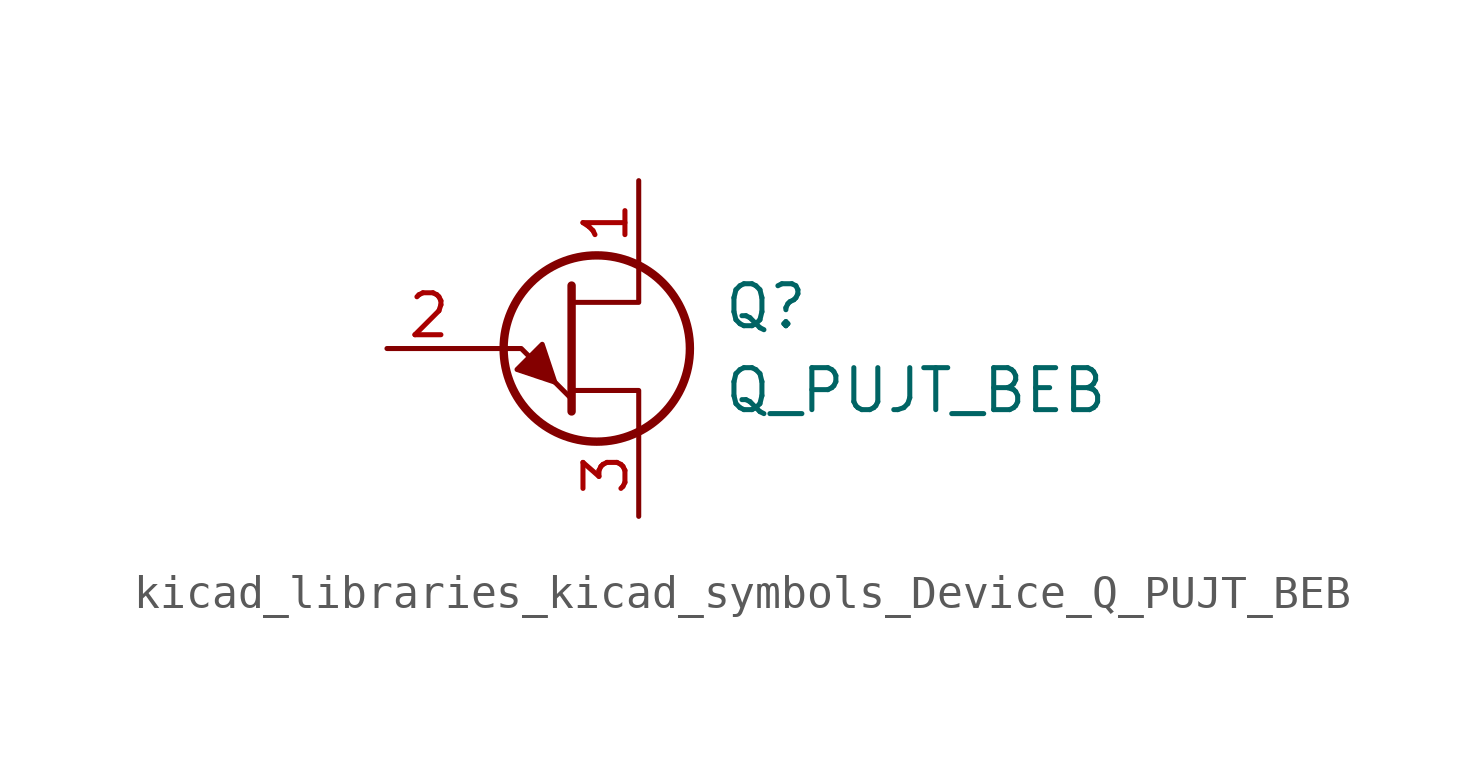
<source format=kicad_sym>
(kicad_symbol_lib
  (version 20220914)
  (generator kicad_symbol_editor)
  (symbol "kicad_libraries_kicad_symbols_Device_Q_PUJT_BEB"
    (pin_names
      (offset 0) hide)
    (property "Reference" "Q"
      (at 5.08 1.27 0)
      (effects (font (size 1.27 1.27)) (justify left)))
    (property "Value" "Q_PUJT_BEB"
      (at 5.08 -1.27 0)
      (effects (font (size 1.27 1.27)) (justify left)))
    (symbol "kicad_libraries_kicad_symbols_Device_Q_PUJT_BEB_0_1"
      (polyline (pts (xy -2.54 0) (xy -1.016 0) (xy 0.508 -1.524)) (stroke (width 0) (type default)) (fill (type none)))
      (polyline (pts (xy 0.508 1.905) (xy 0.508 -1.905) (xy 0.508 -1.905)) (stroke (width 0.254) (type default)) (fill (type none)))
      (polyline (pts (xy 2.54 -2.54) (xy 2.54 -1.27) (xy 0.508 -1.27)) (stroke (width 0) (type default)) (fill (type none)))
      (polyline (pts (xy 2.54 2.54) (xy 2.54 1.397) (xy 0.508 1.397)) (stroke (width 0) (type default)) (fill (type none)))
      (polyline (pts (xy 0 -1.016) (xy -0.381 0.127) (xy -1.143 -0.635) (xy 0 -1.016)) (stroke (width 0) (type default)) (fill (type outline)))
      (circle (center 1.27 0) (radius 2.819) (stroke (width 0.254) (type default)) (fill (type none))))
    (symbol "kicad_libraries_kicad_symbols_Device_Q_PUJT_BEB_1_1"
      (pin passive line (at 2.54 5.08 270) (length 2.54) (name "B2" (effects (font (size 1.27 1.27)))) (number "1" (effects (font (size 1.27 1.27)))))
      (pin input line (at -5.08 0 0) (length 2.54) (name "E" (effects (font (size 1.27 1.27)))) (number "2" (effects (font (size 1.27 1.27)))))
      (pin passive line (at 2.54 -5.08 90) (length 2.54) (name "B1" (effects (font (size 1.27 1.27)))) (number "3" (effects (font (size 1.27 1.27))))))))
</source>
